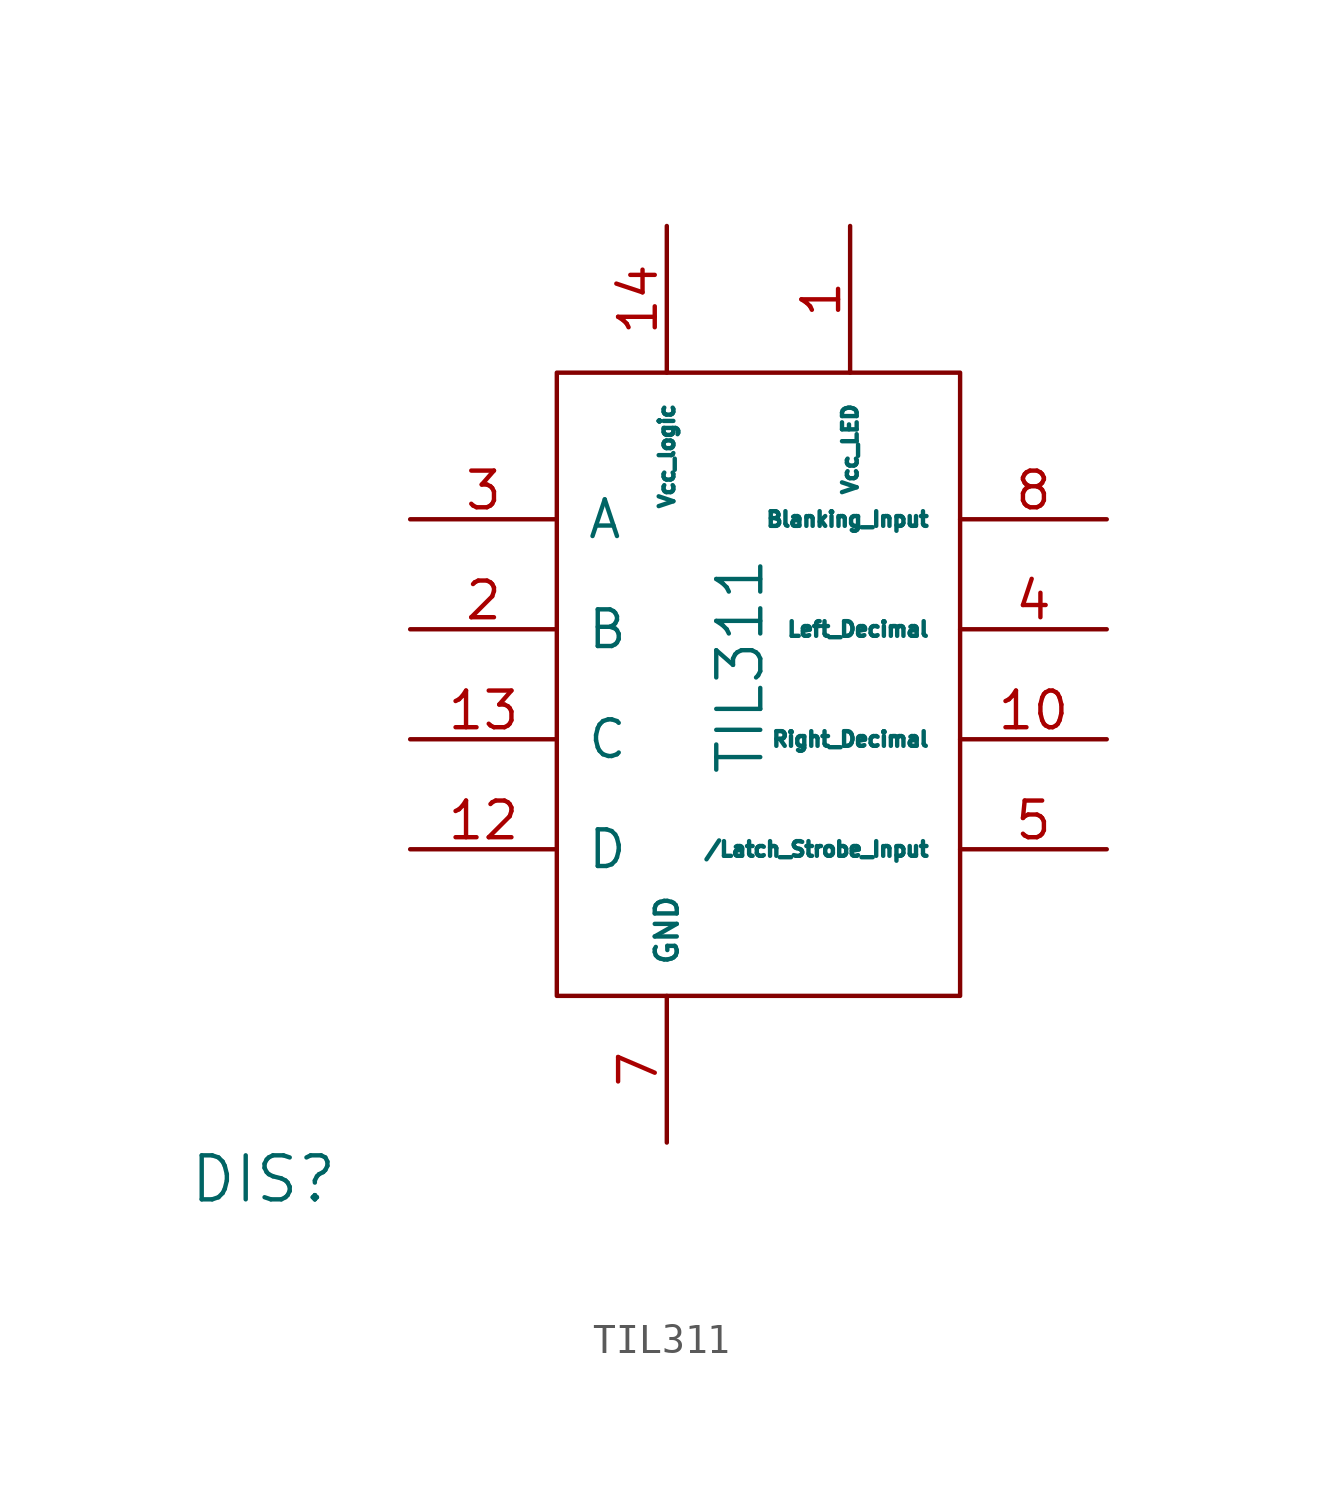
<source format=kicad_sym>
(kicad_symbol_lib
  (version 20211014)
  (generator kicad_symbol_editor)
  (symbol "TIL311"
    (pin_names
      (offset 1.016))
    (property "Reference" "DIS"
      (at -16.51 -17.78 0)
      (effects (font (size 1.524 1.524))))
    (property "Value" "TIL311"
      (at 0 0 90)
      (effects (font (size 1.524 1.524))))
    (symbol "TIL311_0_1"
      (rectangle (start 7.62 -11.43) (end -6.35 10.16) (stroke (width 0) (type default) (color 0 0 0 0)) (fill (type none))))
    (symbol "TIL311_1_1"
      (pin power_in line (at 3.81 15.24 270) (length 5.08) (name "Vcc_LED" (effects (font (size 0.508 0.508)))) (number "1" (effects (font (size 1.27 1.27)))))
      (pin output line (at 12.7 -2.54 180) (length 5.08) (name "Right_Decimal" (effects (font (size 0.508 0.508)))) (number "10" (effects (font (size 1.27 1.27)))))
      (pin input line (at -11.43 -6.35 0) (length 5.08) (name "D" (effects (font (size 1.27 1.27)))) (number "12" (effects (font (size 1.27 1.27)))))
      (pin input line (at -11.43 -2.54 0) (length 5.08) (name "C" (effects (font (size 1.27 1.27)))) (number "13" (effects (font (size 1.27 1.27)))))
      (pin power_in line (at -2.54 15.24 270) (length 5.08) (name "Vcc_logic" (effects (font (size 0.508 0.508)))) (number "14" (effects (font (size 1.27 1.27)))))
      (pin input line (at -11.43 1.27 0) (length 5.08) (name "B" (effects (font (size 1.27 1.27)))) (number "2" (effects (font (size 1.27 1.27)))))
      (pin input line (at -11.43 5.08 0) (length 5.08) (name "A" (effects (font (size 1.27 1.27)))) (number "3" (effects (font (size 1.27 1.27)))))
      (pin output line (at 12.7 1.27 180) (length 5.08) (name "Left_Decimal" (effects (font (size 0.508 0.508)))) (number "4" (effects (font (size 1.27 1.27)))))
      (pin input line (at 12.7 -6.35 180) (length 5.08) (name "/Latch_Strobe_Input" (effects (font (size 0.508 0.508)))) (number "5" (effects (font (size 1.27 1.27)))))
      (pin power_out line (at -2.54 -16.51 90) (length 5.08) (name "GND" (effects (font (size 0.762 0.762)))) (number "7" (effects (font (size 1.27 1.27)))))
      (pin input line (at 12.7 5.08 180) (length 5.08) (name "Blanking_Input" (effects (font (size 0.508 0.508)))) (number "8" (effects (font (size 1.27 1.27))))))))
</source>
